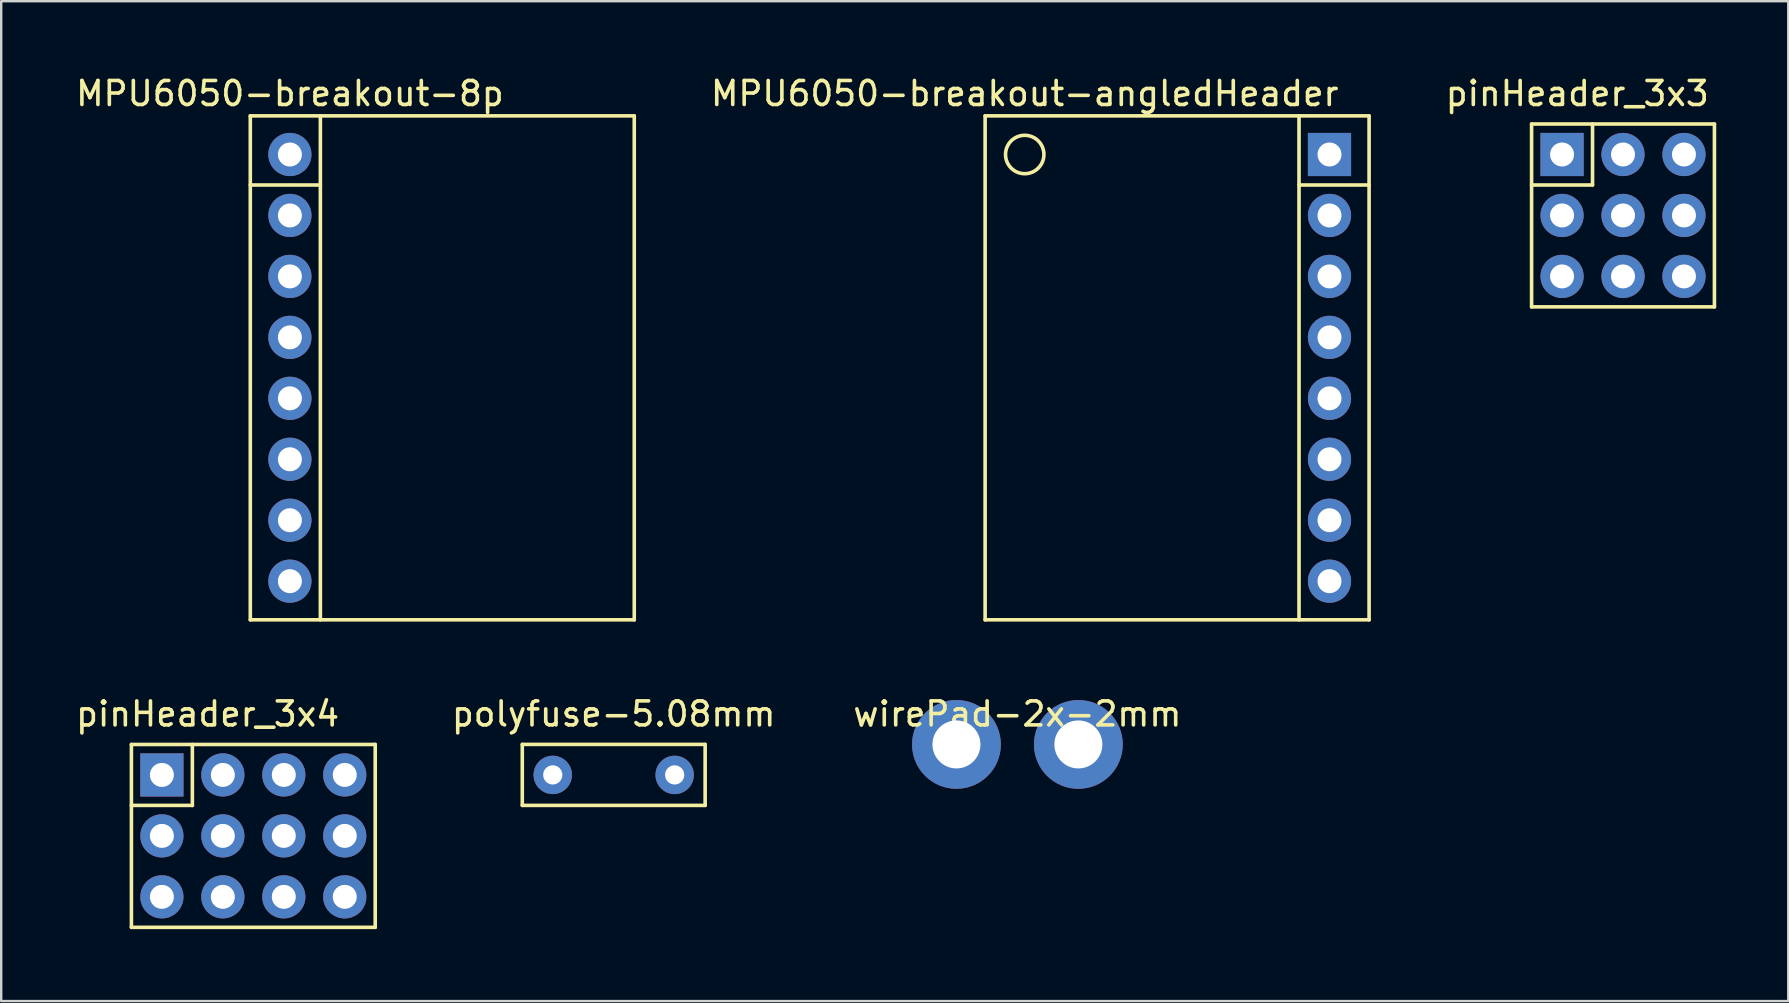
<source format=kicad_pcb>
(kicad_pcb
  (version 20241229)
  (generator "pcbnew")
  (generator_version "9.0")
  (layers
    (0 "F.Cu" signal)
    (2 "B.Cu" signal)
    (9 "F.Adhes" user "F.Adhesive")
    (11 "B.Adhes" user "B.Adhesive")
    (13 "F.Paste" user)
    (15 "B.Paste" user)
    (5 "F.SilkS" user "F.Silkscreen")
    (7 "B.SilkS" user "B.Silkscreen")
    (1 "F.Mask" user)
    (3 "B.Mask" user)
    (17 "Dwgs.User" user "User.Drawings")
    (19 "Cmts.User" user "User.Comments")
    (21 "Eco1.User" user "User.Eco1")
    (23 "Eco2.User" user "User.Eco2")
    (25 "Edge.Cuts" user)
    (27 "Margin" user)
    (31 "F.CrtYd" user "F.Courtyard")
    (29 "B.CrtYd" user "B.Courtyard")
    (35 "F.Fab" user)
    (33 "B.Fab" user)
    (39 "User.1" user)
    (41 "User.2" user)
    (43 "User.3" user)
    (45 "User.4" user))
  (footprint "MPU6050-breakout-8p"
    (layer "F.Cu")
    (at 15.38 12.278)
    (property "Reference" "MPU6050-breakout-8p" (at -6.35 -11.43 0) (layer "F.SilkS") (effects (font (size 1 1) (thickness 0.15))))
    (attr through_hole)
    (fp_line (start -8 -10.5) (end 8 -10.5) (stroke (width 0.15) (type solid)) (layer "F.SilkS"))
    (fp_line (start -8 10.5) (end -8 -10.5) (stroke (width 0.15) (type solid)) (layer "F.SilkS"))
    (fp_line (start -5.08 -10.5) (end -5.08 10.5) (stroke (width 0.15) (type solid)) (layer "F.SilkS"))
    (fp_line (start -5.08 -7.62) (end -8 -7.62) (stroke (width 0.15) (type solid)) (layer "F.SilkS"))
    (fp_line (start 8 -10.5) (end 8 10.5) (stroke (width 0.15) (type solid)) (layer "F.SilkS"))
    (fp_line (start 8 10.5) (end -8 10.5) (stroke (width 0.15) (type solid)) (layer "F.SilkS"))
    (pad "1" thru_hole circle (at -6.35 -8.89) (size 1.8 1.8) (drill 1) (layers "*.Cu" "*.Mask"))
    (pad "2" thru_hole circle (at -6.35 -6.35) (size 1.8 1.8) (drill 1) (layers "*.Cu" "*.Mask"))
    (pad "3" thru_hole circle (at -6.35 -3.81) (size 1.8 1.8) (drill 1) (layers "*.Cu" "*.Mask"))
    (pad "4" thru_hole circle (at -6.35 -1.27) (size 1.8 1.8) (drill 1) (layers "*.Cu" "*.Mask"))
    (pad "5" thru_hole circle (at -6.35 1.27) (size 1.8 1.8) (drill 1) (layers "*.Cu" "*.Mask"))
    (pad "6" thru_hole circle (at -6.35 3.81) (size 1.8 1.8) (drill 1) (layers "*.Cu" "*.Mask"))
    (pad "7" thru_hole circle (at -6.35 6.35) (size 1.8 1.8) (drill 1) (layers "*.Cu" "*.Mask"))
    (pad "8" thru_hole circle (at -6.35 8.89) (size 1.8 1.8) (drill 1) (layers "*.Cu" "*.Mask")))
  (footprint "wirePad-2x-2mm"
    (layer "F.Cu")
    (at 39.346 27.971)
    (property "Reference" "wirePad-2x-2mm" (at 0 -1.27 0) (layer "F.SilkS") (effects (font (size 1 1) (thickness 0.15))))
    (attr through_hole)
    (pad "1" thru_hole circle (at -2.54 0) (size 3.7 3.7) (drill 2) (layers "*.Cu" "*.Mask"))
    (pad "2" thru_hole circle (at 2.54 0) (size 3.7 3.7) (drill 2) (layers "*.Cu" "*.Mask")))
  (footprint "polyfuse-5.08mm"
    (layer "F.Cu")
    (at 22.524 29.241)
    (property "Reference" "polyfuse-5.08mm" (at 0 -2.54 0) (layer "F.SilkS") (effects (font (size 1 1) (thickness 0.15))))
    (attr through_hole)
    (fp_line (start -3.81 -1.27) (end -3.81 1.27) (stroke (width 0.15) (type solid)) (layer "F.SilkS"))
    (fp_line (start -3.81 1.27) (end 3.81 1.27) (stroke (width 0.15) (type solid)) (layer "F.SilkS"))
    (fp_line (start 3.81 -1.27) (end -3.81 -1.27) (stroke (width 0.15) (type solid)) (layer "F.SilkS"))
    (fp_line (start 3.81 1.27) (end 3.81 -1.27) (stroke (width 0.15) (type solid)) (layer "F.SilkS"))
    (pad "1" thru_hole circle (at -2.54 0) (size 1.6 1.6) (drill 0.8) (layers "*.Cu" "*.Mask"))
    (pad "2" thru_hole circle (at 2.54 0) (size 1.6 1.6) (drill 0.8) (layers "*.Cu" "*.Mask")))
  (footprint "pinHeader_3x3"
    (layer "F.Cu")
    (at 64.582 5.928)
    (property "Reference" "pinHeader_3x3" (at -1.905 -5.08 0) (layer "F.SilkS") (effects (font (size 1 1) (thickness 0.15))))
    (attr through_hole)
    (fp_line (start -3.81 -3.81) (end 3.81 -3.81) (stroke (width 0.15) (type solid)) (layer "F.SilkS"))
    (fp_line (start -3.81 -1.27) (end -1.27 -1.27) (stroke (width 0.15) (type solid)) (layer "F.SilkS"))
    (fp_line (start -3.81 3.81) (end -3.81 -3.81) (stroke (width 0.15) (type solid)) (layer "F.SilkS"))
    (fp_line (start -1.27 -1.27) (end -1.27 -3.81) (stroke (width 0.15) (type solid)) (layer "F.SilkS"))
    (fp_line (start 3.81 -3.81) (end 3.81 3.81) (stroke (width 0.15) (type solid)) (layer "F.SilkS"))
    (fp_line (start 3.81 3.81) (end -3.81 3.81) (stroke (width 0.15) (type solid)) (layer "F.SilkS"))
    (pad "1" thru_hole rect (at -2.54 -2.54) (size 1.8 1.8) (drill 1) (layers "*.Cu" "*.Mask"))
    (pad "2" thru_hole circle (at -2.54 0) (size 1.8 1.8) (drill 1) (layers "*.Cu" "*.Mask"))
    (pad "3" thru_hole circle (at -2.54 2.54) (size 1.8 1.8) (drill 1) (layers "*.Cu" "*.Mask"))
    (pad "4" thru_hole circle (at 0 -2.54) (size 1.8 1.8) (drill 1) (layers "*.Cu" "*.Mask"))
    (pad "5" thru_hole circle (at 0 0) (size 1.8 1.8) (drill 1) (layers "*.Cu" "*.Mask"))
    (pad "6" thru_hole circle (at 0 2.54) (size 1.8 1.8) (drill 1) (layers "*.Cu" "*.Mask"))
    (pad "7" thru_hole circle (at 2.54 -2.54) (size 1.8 1.8) (drill 1) (layers "*.Cu" "*.Mask"))
    (pad "8" thru_hole circle (at 2.54 0) (size 1.8 1.8) (drill 1) (layers "*.Cu" "*.Mask"))
    (pad "9" thru_hole circle (at 2.54 2.54) (size 1.8 1.8) (drill 1) (layers "*.Cu" "*.Mask")))
  (footprint "pinHeader_3x4"
    (layer "F.Cu")
    (at 7.506 31.782)
    (property "Reference" "pinHeader_3x4" (at -1.905 -5.08 0) (layer "F.SilkS") (effects (font (size 1 1) (thickness 0.15))))
    (attr through_hole)
    (fp_line (start -5.08 -3.81) (end -5.08 3.81) (stroke (width 0.15) (type solid)) (layer "F.SilkS"))
    (fp_line (start -5.08 -1.27) (end -2.54 -1.27) (stroke (width 0.15) (type solid)) (layer "F.SilkS"))
    (fp_line (start -5.08 3.81) (end 5.08 3.81) (stroke (width 0.15) (type solid)) (layer "F.SilkS"))
    (fp_line (start -2.54 -1.27) (end -2.54 -3.81) (stroke (width 0.15) (type solid)) (layer "F.SilkS"))
    (fp_line (start 5.08 -3.81) (end -5.08 -3.81) (stroke (width 0.15) (type solid)) (layer "F.SilkS"))
    (fp_line (start 5.08 3.81) (end 5.08 -3.81) (stroke (width 0.15) (type solid)) (layer "F.SilkS"))
    (pad "1" thru_hole rect (at -3.81 -2.54) (size 1.8 1.8) (drill 1) (layers "*.Cu" "*.Mask"))
    (pad "2" thru_hole circle (at -3.81 0) (size 1.8 1.8) (drill 1) (layers "*.Cu" "*.Mask"))
    (pad "3" thru_hole circle (at -3.81 2.54) (size 1.8 1.8) (drill 1) (layers "*.Cu" "*.Mask"))
    (pad "4" thru_hole circle (at -1.27 -2.54) (size 1.8 1.8) (drill 1) (layers "*.Cu" "*.Mask"))
    (pad "5" thru_hole circle (at -1.27 0) (size 1.8 1.8) (drill 1) (layers "*.Cu" "*.Mask"))
    (pad "6" thru_hole circle (at -1.27 2.54) (size 1.8 1.8) (drill 1) (layers "*.Cu" "*.Mask"))
    (pad "7" thru_hole circle (at 1.27 -2.54) (size 1.8 1.8) (drill 1) (layers "*.Cu" "*.Mask"))
    (pad "8" thru_hole circle (at 1.27 0) (size 1.8 1.8) (drill 1) (layers "*.Cu" "*.Mask"))
    (pad "9" thru_hole circle (at 1.27 2.54) (size 1.8 1.8) (drill 1) (layers "*.Cu" "*.Mask"))
    (pad "10" thru_hole circle (at 3.81 -2.54) (size 1.8 1.8) (drill 1) (layers "*.Cu" "*.Mask"))
    (pad "11" thru_hole circle (at 3.81 0) (size 1.8 1.8) (drill 1) (layers "*.Cu" "*.Mask"))
    (pad "12" thru_hole circle (at 3.81 2.54) (size 1.8 1.8) (drill 1) (layers "*.Cu" "*.Mask")))
  (footprint "MPU6050-breakout-angledHeader"
    (layer "F.Cu")
    (at 46.001 12.278)
    (property "Reference" "MPU6050-breakout-angledHeader" (at -6.35 -11.43 0) (layer "F.SilkS") (effects (font (size 1 1) (thickness 0.15))))
    (attr through_hole)
    (fp_line (start -8 -10.5) (end 8 -10.5) (stroke (width 0.15) (type solid)) (layer "F.SilkS"))
    (fp_line (start -8 10.5) (end -8 -10.5) (stroke (width 0.15) (type solid)) (layer "F.SilkS"))
    (fp_line (start 5.08 -10.5) (end 5.08 10.5) (stroke (width 0.15) (type solid)) (layer "F.SilkS"))
    (fp_line (start 5.08 -7.62) (end 8 -7.62) (stroke (width 0.15) (type solid)) (layer "F.SilkS"))
    (fp_line (start 8 -10.5) (end 8 10.5) (stroke (width 0.15) (type solid)) (layer "F.SilkS"))
    (fp_line (start 8 10.5) (end -8 10.5) (stroke (width 0.15) (type solid)) (layer "F.SilkS"))
    (fp_circle (center -6.35 -8.89) (end -5.55 -8.89) (stroke (width 0.15) (type solid)) (fill no) (layer "F.SilkS"))
    (pad "1" thru_hole rect (at 6.35 -8.89) (size 1.8 1.8) (drill 1) (layers "*.Cu" "*.Mask"))
    (pad "2" thru_hole circle (at 6.35 -6.35) (size 1.8 1.8) (drill 1) (layers "*.Cu" "*.Mask"))
    (pad "3" thru_hole circle (at 6.35 -3.81) (size 1.8 1.8) (drill 1) (layers "*.Cu" "*.Mask"))
    (pad "4" thru_hole circle (at 6.35 -1.27) (size 1.8 1.8) (drill 1) (layers "*.Cu" "*.Mask"))
    (pad "5" thru_hole circle (at 6.35 1.27) (size 1.8 1.8) (drill 1) (layers "*.Cu" "*.Mask"))
    (pad "6" thru_hole circle (at 6.35 3.81) (size 1.8 1.8) (drill 1) (layers "*.Cu" "*.Mask"))
    (pad "7" thru_hole circle (at 6.35 6.35) (size 1.8 1.8) (drill 1) (layers "*.Cu" "*.Mask"))
    (pad "8" thru_hole circle (at 6.35 8.89) (size 1.8 1.8) (drill 1) (layers "*.Cu" "*.Mask")))
  (gr_rect
    (start -3 -3)
    (end 71.467 38.666)
    (stroke (width 0.1) (type default))
    (fill no)
    (layer "Edge.Cuts")))
</source>
